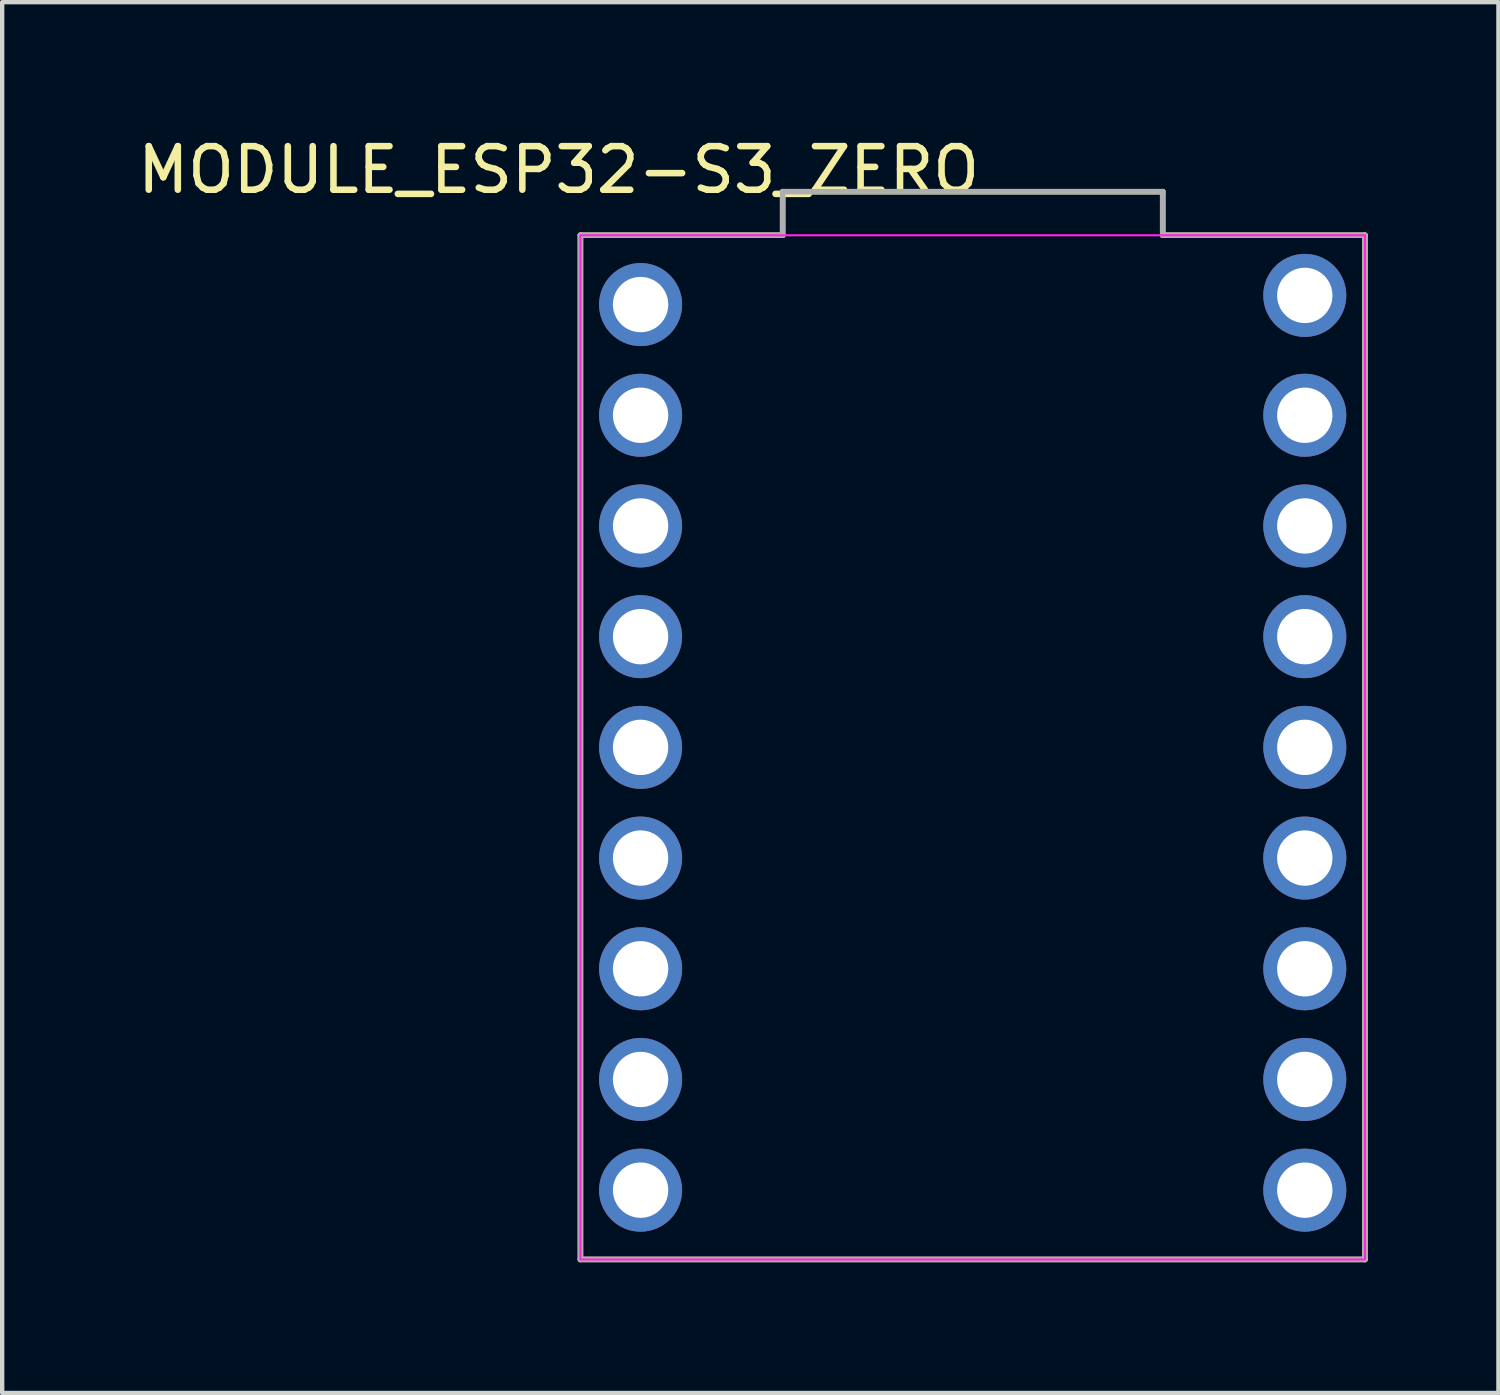
<source format=kicad_pcb>
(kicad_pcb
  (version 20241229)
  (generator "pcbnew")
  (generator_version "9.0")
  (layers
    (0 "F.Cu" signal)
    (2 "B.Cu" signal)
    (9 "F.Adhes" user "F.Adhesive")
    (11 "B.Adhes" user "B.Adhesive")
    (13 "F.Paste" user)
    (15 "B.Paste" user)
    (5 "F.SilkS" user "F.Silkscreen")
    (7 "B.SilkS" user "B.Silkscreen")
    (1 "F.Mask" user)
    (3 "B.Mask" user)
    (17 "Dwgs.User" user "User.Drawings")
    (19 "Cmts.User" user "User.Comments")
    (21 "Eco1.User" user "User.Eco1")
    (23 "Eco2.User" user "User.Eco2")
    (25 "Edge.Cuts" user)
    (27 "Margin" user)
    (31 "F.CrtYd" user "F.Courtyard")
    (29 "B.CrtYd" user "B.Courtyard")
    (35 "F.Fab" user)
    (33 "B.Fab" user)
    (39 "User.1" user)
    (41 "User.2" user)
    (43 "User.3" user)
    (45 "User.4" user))
  (footprint "MODULE_ESP32-S3_ZERO"
    (layer "F.Cu")
    (at 10.268 2.348)
    (property "Reference" "MODULE_ESP32-S3_ZERO" (at -0.5 -1.5 0) (layer "F.SilkS") (effects (font (size 1 1) (thickness 0.15))))
    (attr through_hole)
    (fp_line (start 0 23.5) (end 0 0) (stroke (width 0.127) (type solid)) (layer "F.SilkS"))
    (fp_line (start 4.64 -1) (end 4.64 0) (stroke (width 0.127) (type solid)) (layer "F.SilkS"))
    (fp_line (start 4.64 0) (end 0 0) (stroke (width 0.127) (type solid)) (layer "F.SilkS"))
    (fp_line (start 13.36 -1) (end 4.64 -1) (stroke (width 0.127) (type solid)) (layer "F.SilkS"))
    (fp_line (start 13.36 -1) (end 13.36 0) (stroke (width 0.127) (type solid)) (layer "F.SilkS"))
    (fp_line (start 18 0) (end 13.36 0) (stroke (width 0.127) (type solid)) (layer "F.SilkS"))
    (fp_line (start 18 23.5) (end 0 23.5) (stroke (width 0.127) (type solid)) (layer "F.SilkS"))
    (fp_line (start 18 23.5) (end 18 0) (stroke (width 0.127) (type solid)) (layer "F.SilkS"))
    (fp_rect (start 0 0) (end 18 23.5) (stroke (width 0.05) (type default)) (fill no) (layer "F.CrtYd"))
    (fp_line (start 0 23.5) (end 0 0) (stroke (width 0.127) (type solid)) (layer "F.Fab"))
    (fp_line (start 4.64 -1) (end 4.64 0) (stroke (width 0.127) (type solid)) (layer "F.Fab"))
    (fp_line (start 4.64 0) (end 0 0) (stroke (width 0.127) (type solid)) (layer "F.Fab"))
    (fp_line (start 13.36 -1) (end 4.64 -1) (stroke (width 0.127) (type solid)) (layer "F.Fab"))
    (fp_line (start 13.36 -1) (end 13.36 0) (stroke (width 0.127) (type solid)) (layer "F.Fab"))
    (fp_line (start 18 0) (end 13.36 0) (stroke (width 0.127) (type solid)) (layer "F.Fab"))
    (fp_line (start 18 23.5) (end 0 23.5) (stroke (width 0.127) (type solid)) (layer "F.Fab"))
    (fp_line (start 18 23.5) (end 18 0) (stroke (width 0.127) (type solid)) (layer "F.Fab"))
    (pad "1" thru_hole circle (at 1.38 9.21) (size 1.905 1.905) (drill 1.27) (layers "*.Cu" "*.Mask"))
    (pad "2" thru_hole circle (at 1.38 11.75) (size 1.905 1.905) (drill 1.27) (layers "*.Cu" "*.Mask"))
    (pad "3" thru_hole circle (at 1.38 14.29) (size 1.905 1.905) (drill 1.27) (layers "*.Cu" "*.Mask"))
    (pad "3.3" thru_hole circle (at 1.38 6.67) (size 1.905 1.905) (drill 1.27) (layers "*.Cu" "*.Mask"))
    (pad "4" thru_hole circle (at 1.38 16.83) (size 1.905 1.905) (drill 1.27) (layers "*.Cu" "*.Mask"))
    (pad "5" thru_hole circle (at 1.38 19.37) (size 1.905 1.905) (drill 1.27) (layers "*.Cu" "*.Mask"))
    (pad "5V" thru_hole circle (at 1.38 1.59) (size 1.905 1.905) (drill 1.27) (layers "*.Cu" "*.Mask"))
    (pad "6" thru_hole circle (at 1.38 21.91) (size 1.905 1.905) (drill 1.27) (layers "*.Cu" "*.Mask"))
    (pad "7" thru_hole circle (at 16.62 21.91) (size 1.905 1.905) (drill 1.27) (layers "*.Cu" "*.Mask"))
    (pad "8" thru_hole circle (at 16.62 19.37) (size 1.905 1.905) (drill 1.27) (layers "*.Cu" "*.Mask"))
    (pad "9" thru_hole circle (at 16.62 16.83) (size 1.905 1.905) (drill 1.27) (layers "*.Cu" "*.Mask"))
    (pad "10" thru_hole circle (at 16.62 14.29) (size 1.905 1.905) (drill 1.27) (layers "*.Cu" "*.Mask"))
    (pad "11" thru_hole circle (at 16.62 11.75) (size 1.905 1.905) (drill 1.27) (layers "*.Cu" "*.Mask"))
    (pad "12" thru_hole circle (at 16.62 9.21) (size 1.905 1.905) (drill 1.27) (layers "*.Cu" "*.Mask"))
    (pad "13" thru_hole circle (at 16.62 6.67) (size 1.905 1.905) (drill 1.27) (layers "*.Cu" "*.Mask"))
    (pad "G" thru_hole circle (at 1.38 4.13) (size 1.905 1.905) (drill 1.27) (layers "*.Cu" "*.Mask"))
    (pad "RX" thru_hole circle (at 16.62 4.13) (size 1.905 1.905) (drill 1.27) (layers "*.Cu" "*.Mask"))
    (pad "TX" thru_hole circle (at 16.62 1.38) (size 1.905 1.905) (drill 1.27) (layers "*.Cu" "*.Mask")))
  (gr_rect
    (start -3 -3)
    (end 31.331 28.912)
    (stroke (width 0.1) (type default))
    (fill no)
    (layer "Edge.Cuts")))
</source>
